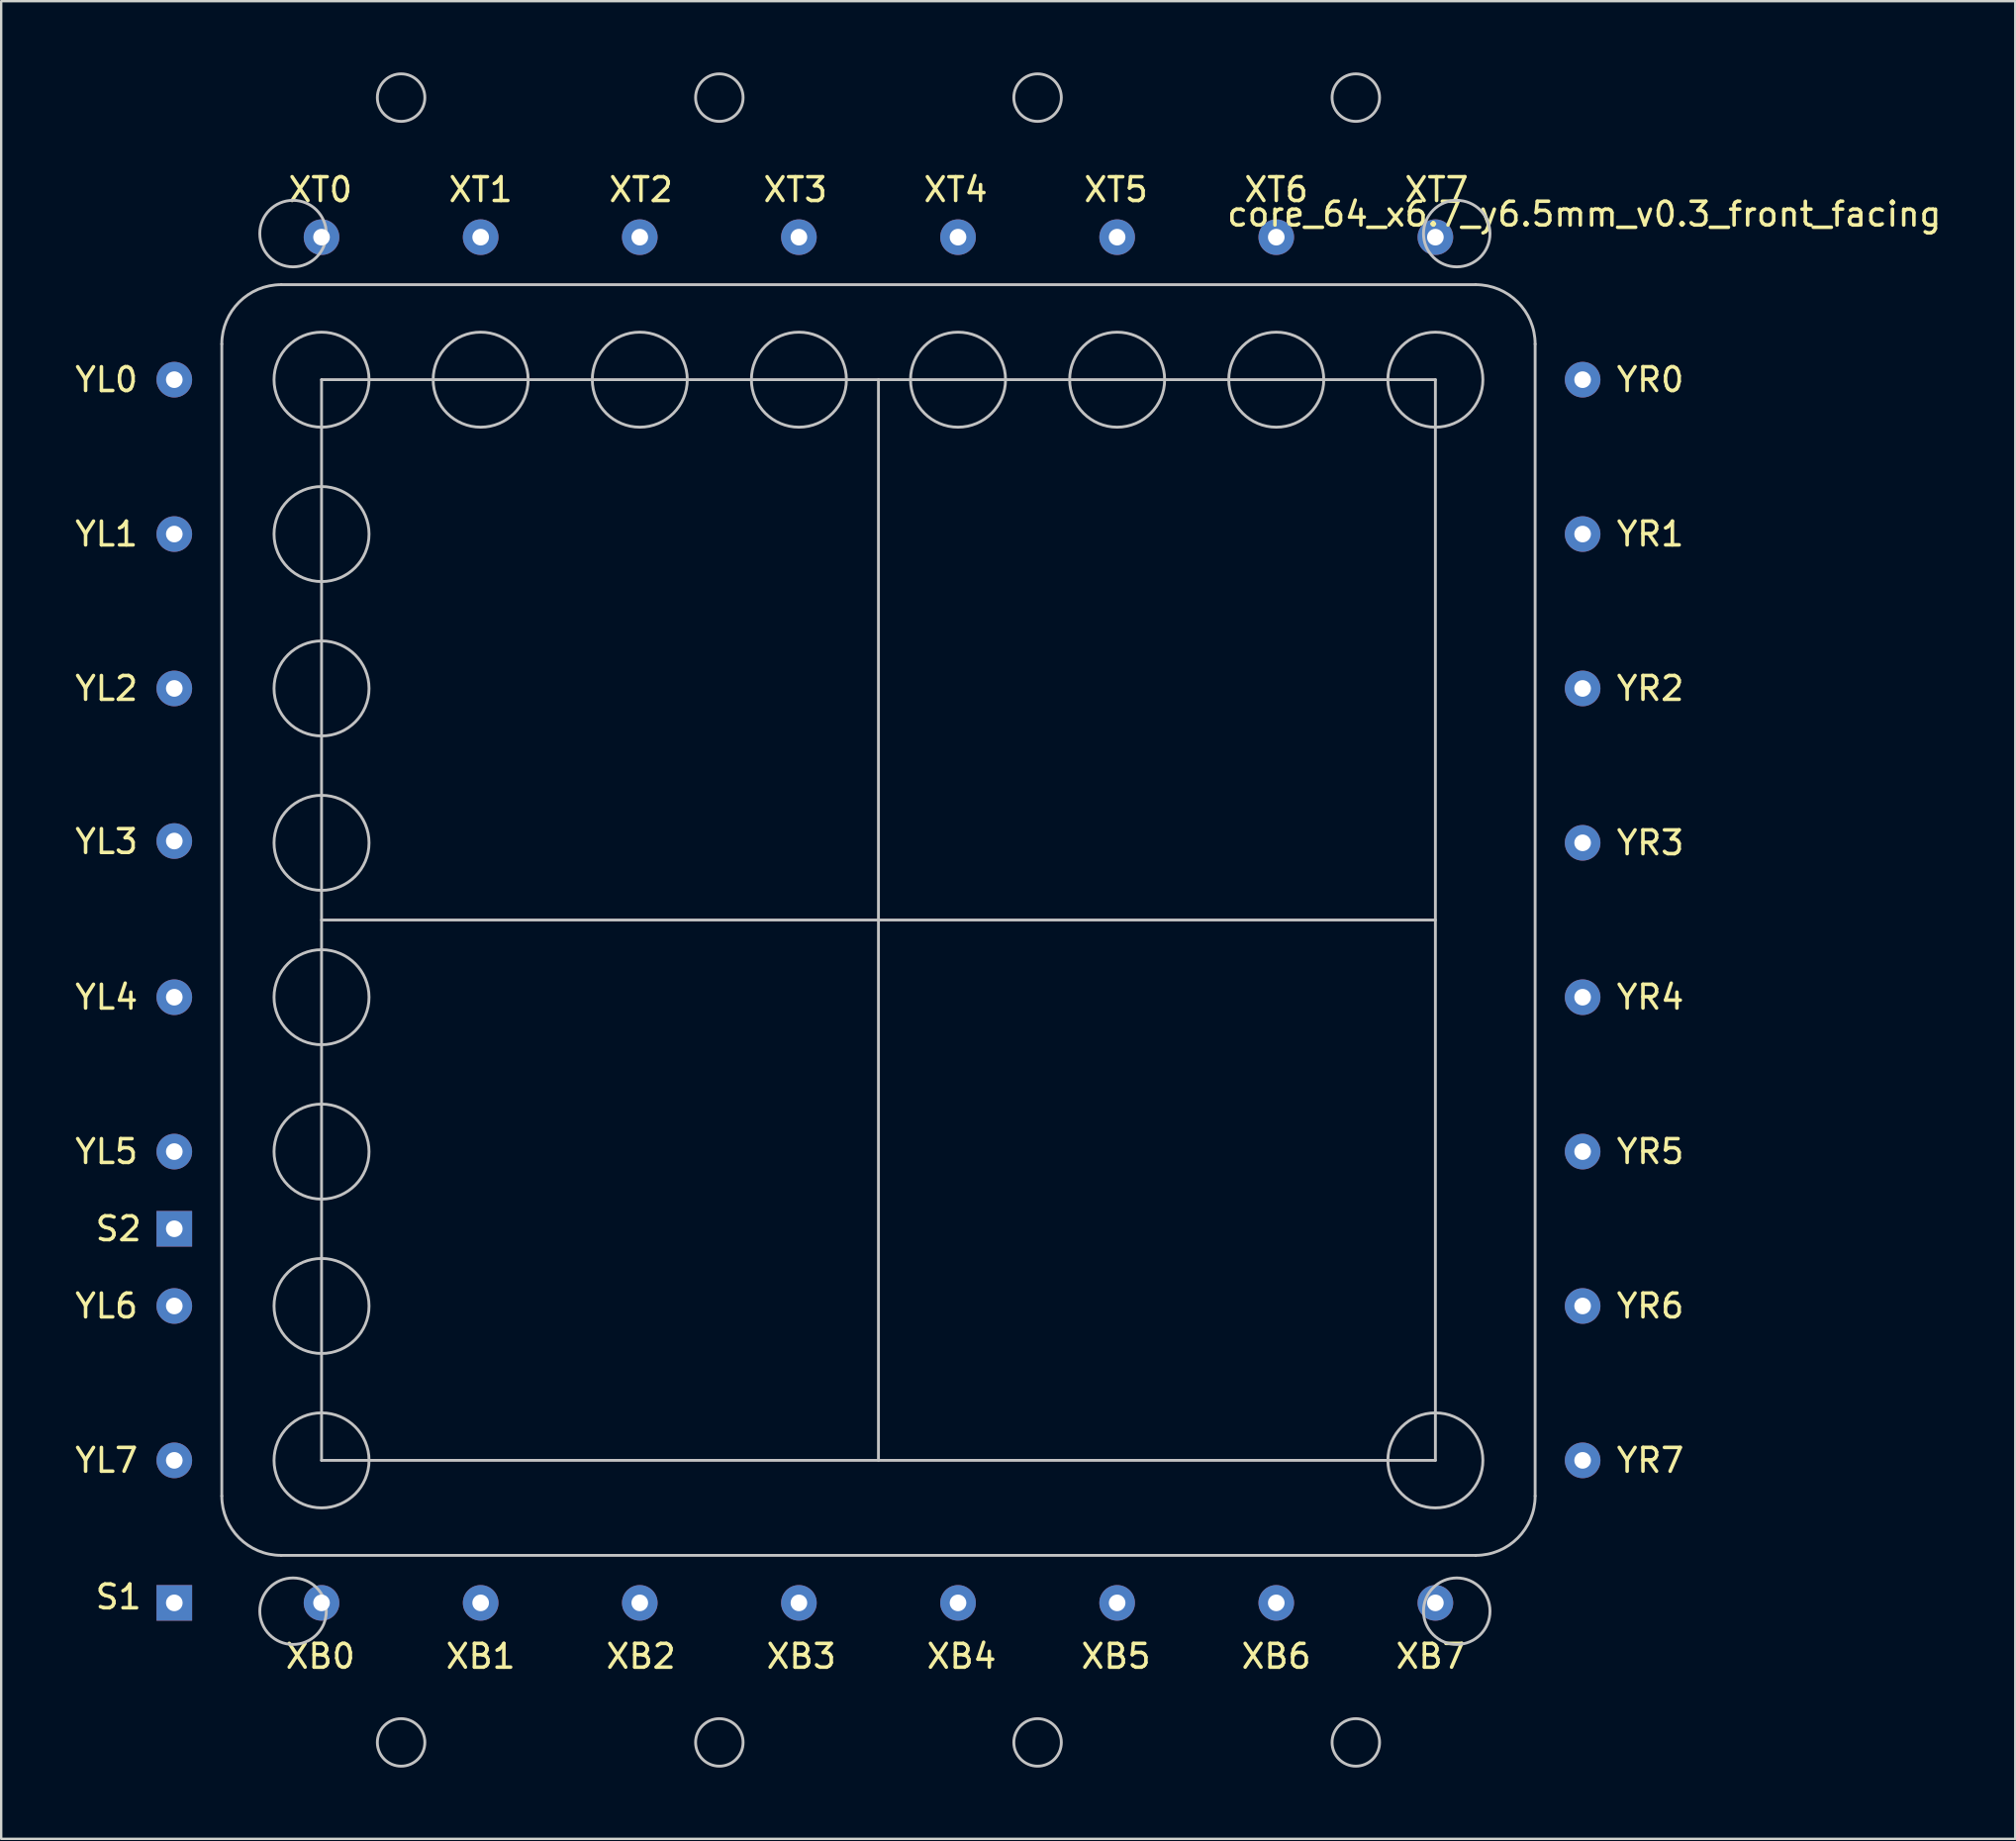
<source format=kicad_pcb>
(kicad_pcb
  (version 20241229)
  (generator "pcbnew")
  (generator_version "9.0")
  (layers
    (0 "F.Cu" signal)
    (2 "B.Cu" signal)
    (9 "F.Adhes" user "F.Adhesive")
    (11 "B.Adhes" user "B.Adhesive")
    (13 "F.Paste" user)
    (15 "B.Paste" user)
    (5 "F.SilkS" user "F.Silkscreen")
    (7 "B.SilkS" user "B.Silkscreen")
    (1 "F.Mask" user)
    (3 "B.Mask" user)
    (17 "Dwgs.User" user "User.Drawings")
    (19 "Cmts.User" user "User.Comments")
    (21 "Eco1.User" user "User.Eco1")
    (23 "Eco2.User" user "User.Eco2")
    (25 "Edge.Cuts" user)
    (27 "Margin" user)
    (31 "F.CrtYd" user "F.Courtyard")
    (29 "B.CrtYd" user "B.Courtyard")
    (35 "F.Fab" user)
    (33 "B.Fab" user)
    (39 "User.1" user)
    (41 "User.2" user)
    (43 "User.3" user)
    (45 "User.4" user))
  (footprint "core_64_x6.7_y6.5mm_v0.3_front_facing"
    (layer "F.Cu")
    (at 33.939 35.685)
    (property "Reference" "core_64_x6.7_y6.5mm_v0.3_front_facing" (at 29.718 -29.718 0) (layer "F.SilkS") (effects (font (size 1 1) (thickness 0.15))))
    (attr through_hole)
    (fp_line (start -27.65 24.25) (end -27.65 -24.25) (stroke (width 0.12) (type solid)) (layer "Dwgs.User"))
    (fp_line (start -25.15 -26.75) (end 25.15 -26.75) (stroke (width 0.12) (type solid)) (layer "Dwgs.User"))
    (fp_line (start -23.45 -22.75) (end 23.45 -22.75) (stroke (width 0.12) (type solid)) (layer "Dwgs.User"))
    (fp_line (start -23.45 0) (end 23.45 0) (stroke (width 0.12) (type solid)) (layer "Dwgs.User"))
    (fp_line (start -23.45 22.75) (end -23.45 -22.75) (stroke (width 0.12) (type solid)) (layer "Dwgs.User"))
    (fp_line (start 0 22.75) (end 0 -22.75) (stroke (width 0.12) (type solid)) (layer "Dwgs.User"))
    (fp_line (start 23.45 -22.75) (end 23.45 22.75) (stroke (width 0.12) (type solid)) (layer "Dwgs.User"))
    (fp_line (start 23.45 22.75) (end -23.45 22.75) (stroke (width 0.12) (type solid)) (layer "Dwgs.User"))
    (fp_line (start 25.15 26.75) (end -25.15 26.75) (stroke (width 0.12) (type solid)) (layer "Dwgs.User"))
    (fp_line (start 27.65 -24.25) (end 27.65 24.25) (stroke (width 0.12) (type solid)) (layer "Dwgs.User"))
    (fp_arc (start -27.65 -24.25) (mid -26.917767 -26.017767) (end -25.15 -26.75) (stroke (width 0.12) (type solid)) (layer "Dwgs.User"))
    (fp_arc (start -25.15 26.75) (mid -26.917767 26.017767) (end -27.65 24.25) (stroke (width 0.12) (type solid)) (layer "Dwgs.User"))
    (fp_arc (start 25.15 -26.75) (mid 26.917767 -26.017767) (end 27.65 -24.25) (stroke (width 0.12) (type solid)) (layer "Dwgs.User"))
    (fp_arc (start 27.65 24.25) (mid 26.917767 26.017767) (end 25.15 26.75) (stroke (width 0.12) (type solid)) (layer "Dwgs.User"))
    (fp_circle (center -24.65 -28.9) (end -23.25 -28.9) (stroke (width 0.12) (type solid)) (fill no) (layer "Dwgs.User"))
    (fp_circle (center -24.65 29.1) (end -23.25 29.1) (stroke (width 0.12) (type solid)) (fill no) (layer "Dwgs.User"))
    (fp_circle (center -23.45 -22.75) (end -21.45 -22.75) (stroke (width 0.12) (type solid)) (fill no) (layer "Dwgs.User"))
    (fp_circle (center -23.45 -16.25) (end -21.45 -16.25) (stroke (width 0.12) (type solid)) (fill no) (layer "Dwgs.User"))
    (fp_circle (center -23.45 -9.75) (end -21.45 -9.75) (stroke (width 0.12) (type solid)) (fill no) (layer "Dwgs.User"))
    (fp_circle (center -23.45 -3.25) (end -21.45 -3.25) (stroke (width 0.12) (type solid)) (fill no) (layer "Dwgs.User"))
    (fp_circle (center -23.45 3.25) (end -21.45 3.25) (stroke (width 0.12) (type solid)) (fill no) (layer "Dwgs.User"))
    (fp_circle (center -23.45 9.75) (end -21.45 9.75) (stroke (width 0.12) (type solid)) (fill no) (layer "Dwgs.User"))
    (fp_circle (center -23.45 16.25) (end -21.45 16.25) (stroke (width 0.12) (type solid)) (fill no) (layer "Dwgs.User"))
    (fp_circle (center -23.45 22.75) (end -21.45 22.75) (stroke (width 0.12) (type solid)) (fill no) (layer "Dwgs.User"))
    (fp_circle (center -20.1 -34.625) (end -19.1 -34.625) (stroke (width 0.12) (type solid)) (fill no) (layer "Dwgs.User"))
    (fp_circle (center -20.1 34.625) (end -21.1 34.625) (stroke (width 0.12) (type solid)) (fill no) (layer "Dwgs.User"))
    (fp_circle (center -16.75 -22.75) (end -14.75 -22.75) (stroke (width 0.12) (type solid)) (fill no) (layer "Dwgs.User"))
    (fp_circle (center -10.05 -22.75) (end -8.05 -22.75) (stroke (width 0.12) (type solid)) (fill no) (layer "Dwgs.User"))
    (fp_circle (center -6.7 -34.625) (end -5.7 -34.625) (stroke (width 0.12) (type solid)) (fill no) (layer "Dwgs.User"))
    (fp_circle (center -6.7 34.625) (end -7.7 34.625) (stroke (width 0.12) (type solid)) (fill no) (layer "Dwgs.User"))
    (fp_circle (center -3.35 -22.75) (end -1.35 -22.75) (stroke (width 0.12) (type solid)) (fill no) (layer "Dwgs.User"))
    (fp_circle (center 3.35 -22.75) (end 5.35 -22.75) (stroke (width 0.12) (type solid)) (fill no) (layer "Dwgs.User"))
    (fp_circle (center 6.7 -34.625) (end 7.7 -34.625) (stroke (width 0.12) (type solid)) (fill no) (layer "Dwgs.User"))
    (fp_circle (center 6.7 34.625) (end 5.7 34.625) (stroke (width 0.12) (type solid)) (fill no) (layer "Dwgs.User"))
    (fp_circle (center 10.05 -22.75) (end 12.05 -22.75) (stroke (width 0.12) (type solid)) (fill no) (layer "Dwgs.User"))
    (fp_circle (center 16.75 -22.75) (end 18.75 -22.75) (stroke (width 0.12) (type solid)) (fill no) (layer "Dwgs.User"))
    (fp_circle (center 20.1 -34.625) (end 21.1 -34.625) (stroke (width 0.12) (type solid)) (fill no) (layer "Dwgs.User"))
    (fp_circle (center 20.1 34.625) (end 19.1 34.625) (stroke (width 0.12) (type solid)) (fill no) (layer "Dwgs.User"))
    (fp_circle (center 23.45 -22.75) (end 25.45 -22.75) (stroke (width 0.12) (type solid)) (fill no) (layer "Dwgs.User"))
    (fp_circle (center 23.45 22.75) (end 25.45 22.75) (stroke (width 0.12) (type solid)) (fill no) (layer "Dwgs.User"))
    (fp_circle (center 24.35 -28.9) (end 25.75 -28.9) (stroke (width 0.12) (type solid)) (fill no) (layer "Dwgs.User"))
    (fp_circle (center 24.35 29.1) (end 25.75 29.1) (stroke (width 0.12) (type solid)) (fill no) (layer "Dwgs.User"))
    (fp_text user "YL1" (at -32.504 -16.25 0) (layer "F.SilkS") (effects (font (size 1 1) (thickness 0.15))))
    (fp_text user "XB4" (at 3.5 31 0) (layer "F.SilkS") (effects (font (size 1 1) (thickness 0.15))))
    (fp_text user "YR0" (at 32.5 -22.75 0) (layer "F.SilkS") (effects (font (size 1 1) (thickness 0.15))))
    (fp_text user "YL6" (at -32.504 16.25 0) (layer "F.SilkS") (effects (font (size 1 1) (thickness 0.15))))
    (fp_text user "YL2" (at -32.504 -9.75 0) (layer "F.SilkS") (effects (font (size 1 1) (thickness 0.15))))
    (fp_text user "XB0" (at -23.5 31 0) (layer "F.SilkS") (effects (font (size 1 1) (thickness 0.15))))
    (fp_text user "XT7" (at 23.5 -30.75 0) (layer "F.SilkS") (effects (font (size 1 1) (thickness 0.15))))
    (fp_text user "XB2" (at -10 31 0) (layer "F.SilkS") (effects (font (size 1 1) (thickness 0.15))))
    (fp_text user "XB7" (at 23.25 31 0) (layer "F.SilkS") (effects (font (size 1 1) (thickness 0.15))))
    (fp_text user "XT4" (at 3.25 -30.75 0) (layer "F.SilkS") (effects (font (size 1 1) (thickness 0.15))))
    (fp_text user "XT6" (at 16.75 -30.75 0) (layer "F.SilkS") (effects (font (size 1 1) (thickness 0.15))))
    (fp_text user "YR7" (at 32.5 22.75 0) (layer "F.SilkS") (effects (font (size 1 1) (thickness 0.15))))
    (fp_text user "S2" (at -32 13 0) (layer "F.SilkS") (effects (font (size 1 1) (thickness 0.15))))
    (fp_text user "YR5" (at 32.5 9.75 0) (layer "F.SilkS") (effects (font (size 1 1) (thickness 0.15))))
    (fp_text user "YR3" (at 32.5 -3.25 0) (layer "F.SilkS") (effects (font (size 1 1) (thickness 0.15))))
    (fp_text user "YR6" (at 32.5 16.25 0) (layer "F.SilkS") (effects (font (size 1 1) (thickness 0.15))))
    (fp_text user "YR2" (at 32.5 -9.75 0) (layer "F.SilkS") (effects (font (size 1 1) (thickness 0.15))))
    (fp_text user "YL7" (at -32.504 22.75 0) (layer "F.SilkS") (effects (font (size 1 1) (thickness 0.15))))
    (fp_text user "XB5" (at 10 31 0) (layer "F.SilkS") (effects (font (size 1 1) (thickness 0.15))))
    (fp_text user "XT0" (at -23.5 -30.75 0) (layer "F.SilkS") (effects (font (size 1 1) (thickness 0.15))))
    (fp_text user "YL5" (at -32.504 9.75 0) (layer "F.SilkS") (effects (font (size 1 1) (thickness 0.15))))
    (fp_text user "XT3" (at -3.5 -30.75 0) (layer "F.SilkS") (effects (font (size 1 1) (thickness 0.15))))
    (fp_text user "XT1" (at -16.75 -30.75 0) (layer "F.SilkS") (effects (font (size 1 1) (thickness 0.15))))
    (fp_text user "YL4" (at -32.504 3.25 0) (layer "F.SilkS") (effects (font (size 1 1) (thickness 0.15))))
    (fp_text user "YR1" (at 32.5 -16.25 0) (layer "F.SilkS") (effects (font (size 1 1) (thickness 0.15))))
    (fp_text user "YL3" (at -32.504 -3.302 0) (layer "F.SilkS") (effects (font (size 1 1) (thickness 0.15))))
    (fp_text user "XT5" (at 10 -30.75 0) (layer "F.SilkS") (effects (font (size 1 1) (thickness 0.15))))
    (fp_text user "S1" (at -32 28.5 0) (layer "F.SilkS") (effects (font (size 1 1) (thickness 0.15))))
    (fp_text user "YR4" (at 32.5 3.25 0) (layer "F.SilkS") (effects (font (size 1 1) (thickness 0.15))))
    (fp_text user "XT2" (at -10 -30.75 0) (layer "F.SilkS") (effects (font (size 1 1) (thickness 0.15))))
    (fp_text user "YL0" (at -32.504 -22.75 0) (layer "F.SilkS") (effects (font (size 1 1) (thickness 0.15))))
    (fp_text user "XB6" (at 16.75 31 0) (layer "F.SilkS") (effects (font (size 1 1) (thickness 0.15))))
    (fp_text user "XB3" (at -3.25 31 0) (layer "F.SilkS") (effects (font (size 1 1) (thickness 0.15))))
    (fp_text user "XB1" (at -16.75 31 0) (layer "F.SilkS") (effects (font (size 1 1) (thickness 0.15))))
    (pad "1" thru_hole circle (at -23.45 -28.75 180) (size 1.5 1.5) (drill 0.7) (layers "*.Cu" "*.Mask"))
    (pad "2" thru_hole circle (at -16.75 -28.75 180) (size 1.5 1.5) (drill 0.7) (layers "*.Cu" "*.Mask"))
    (pad "3" thru_hole circle (at -10.05 -28.75 180) (size 1.5 1.5) (drill 0.7) (layers "*.Cu" "*.Mask"))
    (pad "4" thru_hole circle (at -3.35 -28.75 180) (size 1.5 1.5) (drill 0.7) (layers "*.Cu" "*.Mask"))
    (pad "5" thru_hole circle (at 3.35 -28.75 180) (size 1.5 1.5) (drill 0.7) (layers "*.Cu" "*.Mask"))
    (pad "6" thru_hole circle (at 10.05 -28.75 180) (size 1.5 1.5) (drill 0.7) (layers "*.Cu" "*.Mask"))
    (pad "7" thru_hole circle (at 16.75 -28.75 180) (size 1.5 1.5) (drill 0.7) (layers "*.Cu" "*.Mask"))
    (pad "8" thru_hole circle (at 23.45 -28.75 180) (size 1.5 1.5) (drill 0.7) (layers "*.Cu" "*.Mask"))
    (pad "9" thru_hole circle (at 29.65 -22.75 180) (size 1.5 1.5) (drill 0.7) (layers "*.Cu" "*.Mask"))
    (pad "10" thru_hole circle (at 29.65 -16.25 180) (size 1.5 1.5) (drill 0.7) (layers "*.Cu" "*.Mask"))
    (pad "11" thru_hole circle (at 29.65 -9.75 180) (size 1.5 1.5) (drill 0.7) (layers "*.Cu" "*.Mask"))
    (pad "12" thru_hole circle (at 29.65 -3.25 180) (size 1.5 1.5) (drill 0.7) (layers "*.Cu" "*.Mask"))
    (pad "13" thru_hole circle (at 29.65 3.25 180) (size 1.5 1.5) (drill 0.7) (layers "*.Cu" "*.Mask"))
    (pad "14" thru_hole circle (at 29.65 9.75 180) (size 1.5 1.5) (drill 0.7) (layers "*.Cu" "*.Mask"))
    (pad "15" thru_hole circle (at 29.65 16.25 180) (size 1.5 1.5) (drill 0.7) (layers "*.Cu" "*.Mask"))
    (pad "16" thru_hole circle (at 29.65 22.75 180) (size 1.5 1.5) (drill 0.7) (layers "*.Cu" "*.Mask"))
    (pad "17" thru_hole circle (at 23.45 28.75 180) (size 1.5 1.5) (drill 0.7) (layers "*.Cu" "*.Mask"))
    (pad "18" thru_hole circle (at 16.75 28.75 180) (size 1.5 1.5) (drill 0.7) (layers "*.Cu" "*.Mask"))
    (pad "19" thru_hole circle (at 10.05 28.75 180) (size 1.5 1.5) (drill 0.7) (layers "*.Cu" "*.Mask"))
    (pad "20" thru_hole circle (at 3.35 28.75 180) (size 1.5 1.5) (drill 0.7) (layers "*.Cu" "*.Mask"))
    (pad "21" thru_hole circle (at -3.35 28.75 180) (size 1.5 1.5) (drill 0.7) (layers "*.Cu" "*.Mask"))
    (pad "22" thru_hole circle (at -10.05 28.75 180) (size 1.5 1.5) (drill 0.7) (layers "*.Cu" "*.Mask"))
    (pad "23" thru_hole circle (at -16.75 28.75 180) (size 1.5 1.5) (drill 0.7) (layers "*.Cu" "*.Mask"))
    (pad "24" thru_hole circle (at -23.45 28.75 180) (size 1.5 1.5) (drill 0.7) (layers "*.Cu" "*.Mask"))
    (pad "25" thru_hole circle (at -29.65 22.75 180) (size 1.5 1.5) (drill 0.7) (layers "*.Cu" "*.Mask"))
    (pad "26" thru_hole circle (at -29.65 16.25 180) (size 1.5 1.5) (drill 0.7) (layers "*.Cu" "*.Mask"))
    (pad "27" thru_hole circle (at -29.65 9.75 180) (size 1.5 1.5) (drill 0.7) (layers "*.Cu" "*.Mask"))
    (pad "28" thru_hole circle (at -29.65 3.25 180) (size 1.5 1.5) (drill 0.7) (layers "*.Cu" "*.Mask"))
    (pad "29" thru_hole circle (at -29.65 -3.325 180) (size 1.5 1.5) (drill 0.7) (layers "*.Cu" "*.Mask"))
    (pad "30" thru_hole circle (at -29.65 -9.75 180) (size 1.5 1.5) (drill 0.7) (layers "*.Cu" "*.Mask"))
    (pad "31" thru_hole circle (at -29.65 -16.25 180) (size 1.5 1.5) (drill 0.7) (layers "*.Cu" "*.Mask"))
    (pad "32" thru_hole circle (at -29.65 -22.75 180) (size 1.5 1.5) (drill 0.7) (layers "*.Cu" "*.Mask"))
    (pad "33" thru_hole rect (at -29.65 13) (size 1.5 1.5) (drill 0.7) (layers "*.Cu" "*.Mask"))
    (pad "34" thru_hole rect (at -29.65 28.75) (size 1.5 1.5) (drill 0.7) (layers "*.Cu" "*.Mask")))
  (gr_rect
    (start -3 -3)
    (end 81.805 74.37)
    (stroke (width 0.1) (type default))
    (fill no)
    (layer "Edge.Cuts")))
</source>
